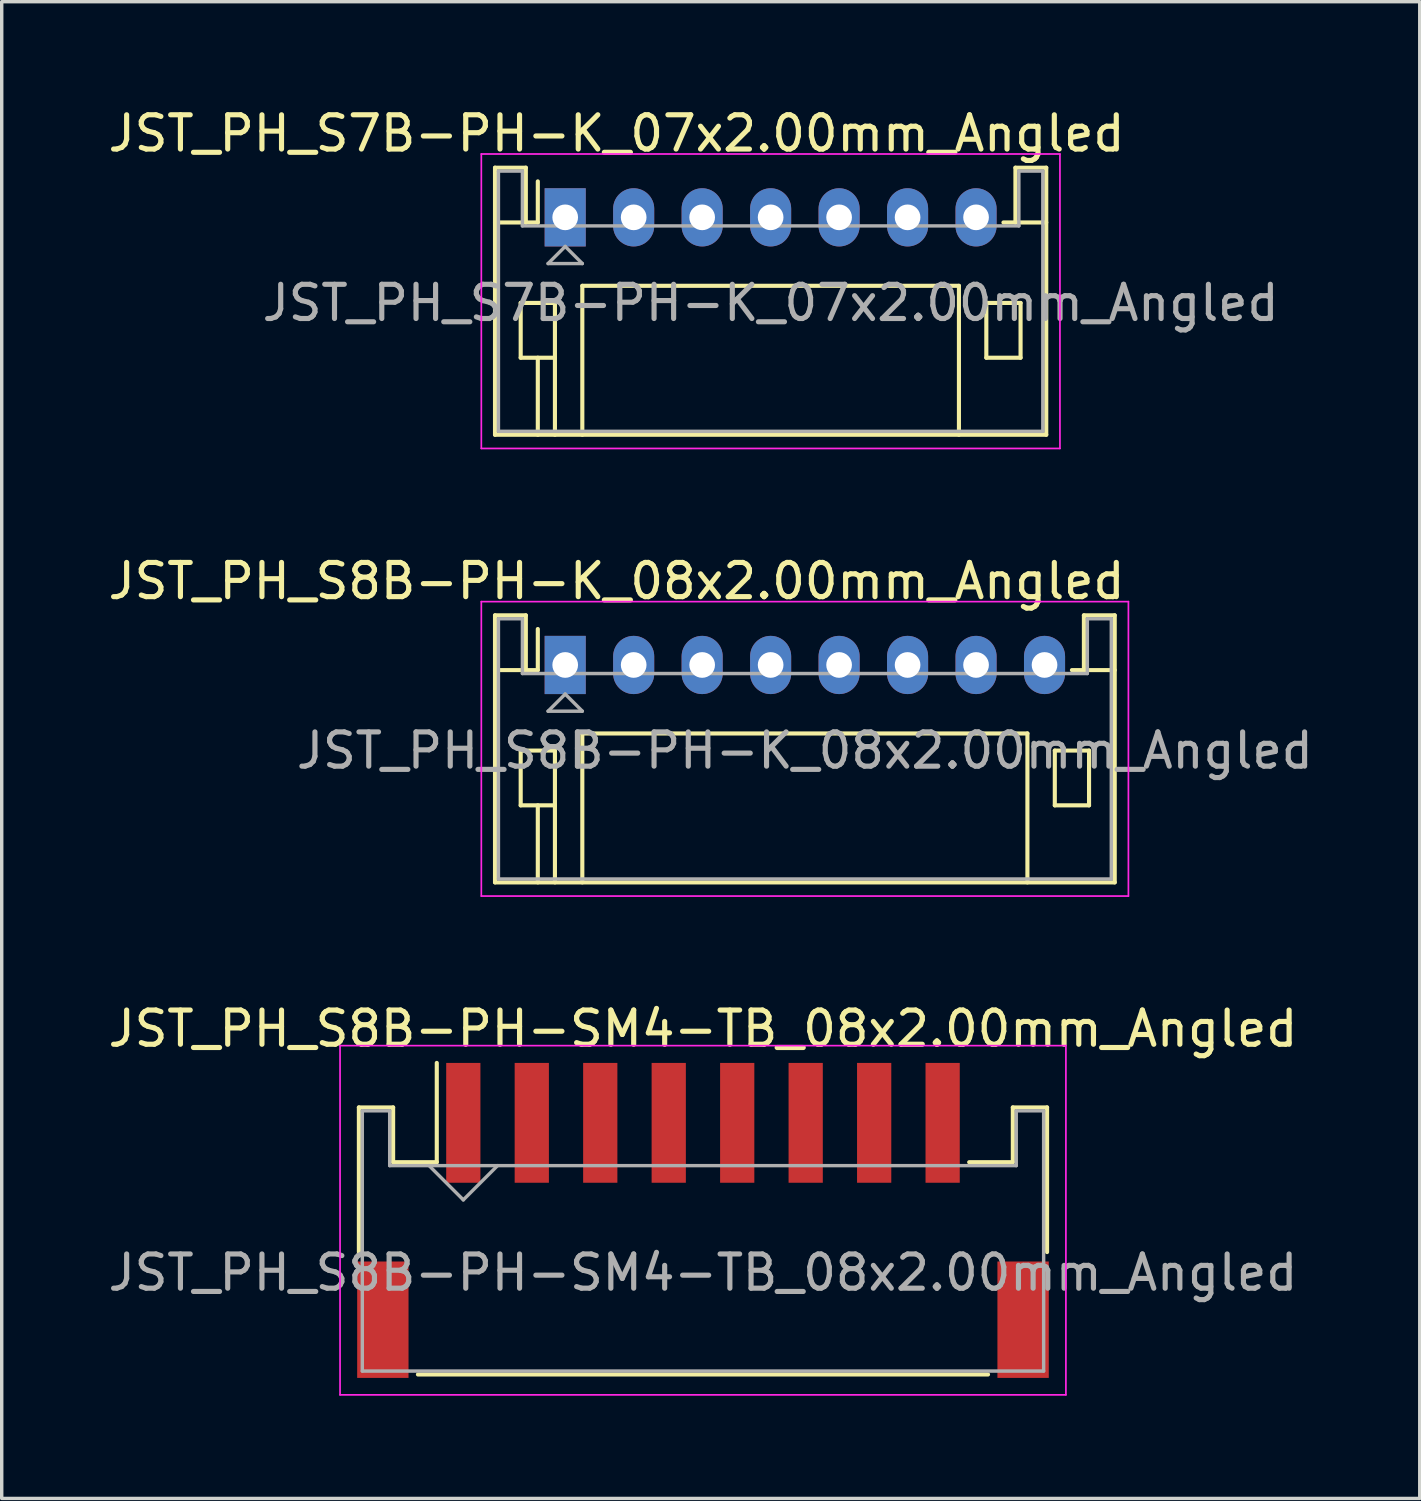
<source format=kicad_pcb>
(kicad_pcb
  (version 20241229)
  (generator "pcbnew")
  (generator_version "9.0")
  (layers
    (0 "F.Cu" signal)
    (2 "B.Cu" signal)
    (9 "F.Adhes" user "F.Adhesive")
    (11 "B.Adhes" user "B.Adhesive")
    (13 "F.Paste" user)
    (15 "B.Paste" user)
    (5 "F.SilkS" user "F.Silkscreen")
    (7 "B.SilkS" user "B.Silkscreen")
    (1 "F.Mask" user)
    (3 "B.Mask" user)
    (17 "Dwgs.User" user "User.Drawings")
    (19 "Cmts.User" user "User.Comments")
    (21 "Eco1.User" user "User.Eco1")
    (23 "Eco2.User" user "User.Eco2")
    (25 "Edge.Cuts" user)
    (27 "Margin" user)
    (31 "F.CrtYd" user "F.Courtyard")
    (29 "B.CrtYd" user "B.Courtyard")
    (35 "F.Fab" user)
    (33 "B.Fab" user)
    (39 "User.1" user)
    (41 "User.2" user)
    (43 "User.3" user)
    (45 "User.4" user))
  (footprint "JST_PH_S8B-PH-SM4-TB_08x2.00mm_Angled"
    (layer "F.Cu")
    (at 17.482 32.62)
    (property "Reference" "JST_PH_S8B-PH-SM4-TB_08x2.00mm_Angled" (at 0 -5.625 0) (layer "F.SilkS") (effects (font (size 1 1) (thickness 0.15))))
    (attr smd)
    (fp_line (start -10.05 -3.325) (end -10.05 0.9) (stroke (width 0.12) (type solid)) (layer "F.SilkS"))
    (fp_line (start -9.05 -3.325) (end -10.05 -3.325) (stroke (width 0.12) (type solid)) (layer "F.SilkS"))
    (fp_line (start -9.05 -1.725) (end -9.05 -3.325) (stroke (width 0.12) (type solid)) (layer "F.SilkS"))
    (fp_line (start -8.325 4.475) (end 8.325 4.475) (stroke (width 0.12) (type solid)) (layer "F.SilkS"))
    (fp_line (start -7.775 -1.725) (end -9.05 -1.725) (stroke (width 0.12) (type solid)) (layer "F.SilkS"))
    (fp_line (start -7.775 -1.725) (end -7.775 -4.625) (stroke (width 0.12) (type solid)) (layer "F.SilkS"))
    (fp_line (start 9.05 -3.325) (end 9.05 -1.725) (stroke (width 0.12) (type solid)) (layer "F.SilkS"))
    (fp_line (start 9.05 -1.725) (end 7.775 -1.725) (stroke (width 0.12) (type solid)) (layer "F.SilkS"))
    (fp_line (start 10.05 -3.325) (end 9.05 -3.325) (stroke (width 0.12) (type solid)) (layer "F.SilkS"))
    (fp_line (start 10.05 0.9) (end 10.05 -3.325) (stroke (width 0.12) (type solid)) (layer "F.SilkS"))
    (fp_line (start -10.6 -5.13) (end -10.6 5.07) (stroke (width 0.05) (type solid)) (layer "F.CrtYd"))
    (fp_line (start -10.6 5.07) (end 10.6 5.07) (stroke (width 0.05) (type solid)) (layer "F.CrtYd"))
    (fp_line (start 10.6 -5.13) (end -10.6 -5.13) (stroke (width 0.05) (type solid)) (layer "F.CrtYd"))
    (fp_line (start 10.6 5.07) (end 10.6 -5.13) (stroke (width 0.05) (type solid)) (layer "F.CrtYd"))
    (fp_line (start -9.95 -3.225) (end -9.95 4.375) (stroke (width 0.1) (type solid)) (layer "F.Fab"))
    (fp_line (start -9.95 4.375) (end 9.95 4.375) (stroke (width 0.1) (type solid)) (layer "F.Fab"))
    (fp_line (start -9.15 -3.225) (end -9.95 -3.225) (stroke (width 0.1) (type solid)) (layer "F.Fab"))
    (fp_line (start -9.15 -1.625) (end -9.15 -3.225) (stroke (width 0.1) (type solid)) (layer "F.Fab"))
    (fp_line (start -8 -1.625) (end -7 -0.625) (stroke (width 0.1) (type solid)) (layer "F.Fab"))
    (fp_line (start -7 -0.625) (end -6 -1.625) (stroke (width 0.1) (type solid)) (layer "F.Fab"))
    (fp_line (start 9.15 -3.225) (end 9.15 -1.625) (stroke (width 0.1) (type solid)) (layer "F.Fab"))
    (fp_line (start 9.15 -1.625) (end -9.15 -1.625) (stroke (width 0.1) (type solid)) (layer "F.Fab"))
    (fp_line (start 9.95 -3.225) (end 9.15 -3.225) (stroke (width 0.1) (type solid)) (layer "F.Fab"))
    (fp_line (start 9.95 4.375) (end 9.95 -3.225) (stroke (width 0.1) (type solid)) (layer "F.Fab"))
    (fp_text user "${REFERENCE}" (at 0 1.5 0) (layer "F.Fab") (effects (font (size 1 1) (thickness 0.15))))
    (pad "" smd rect (at -9.35 2.875) (size 1.5 3.4) (layers "F.Cu" "F.Mask" "F.Paste"))
    (pad "" smd rect (at 9.35 2.875) (size 1.5 3.4) (layers "F.Cu" "F.Mask" "F.Paste"))
    (pad "1" smd rect (at -7 -2.875) (size 1 3.5) (layers "F.Cu" "F.Mask" "F.Paste"))
    (pad "2" smd rect (at -5 -2.875) (size 1 3.5) (layers "F.Cu" "F.Mask" "F.Paste"))
    (pad "3" smd rect (at -3 -2.875) (size 1 3.5) (layers "F.Cu" "F.Mask" "F.Paste"))
    (pad "4" smd rect (at -1 -2.875) (size 1 3.5) (layers "F.Cu" "F.Mask" "F.Paste"))
    (pad "5" smd rect (at 1 -2.875) (size 1 3.5) (layers "F.Cu" "F.Mask" "F.Paste"))
    (pad "6" smd rect (at 3 -2.875) (size 1 3.5) (layers "F.Cu" "F.Mask" "F.Paste"))
    (pad "7" smd rect (at 5 -2.875) (size 1 3.5) (layers "F.Cu" "F.Mask" "F.Paste"))
    (pad "8" smd rect (at 7 -2.875) (size 1 3.5) (layers "F.Cu" "F.Mask" "F.Paste")))
  (footprint "JST_PH_S7B-PH-K_07x2.00mm_Angled"
    (layer "F.Cu")
    (at 13.458 3.298)
    (property "Reference" "JST_PH_S7B-PH-K_07x2.00mm_Angled" (at 1.5 -2.45 0) (layer "F.SilkS") (effects (font (size 1 1) (thickness 0.15))))
    (attr through_hole)
    (fp_line (start -2.05 -1.45) (end -2.05 6.35) (stroke (width 0.12) (type solid)) (layer "F.SilkS"))
    (fp_line (start -2.05 0.15) (end -1.15 0.15) (stroke (width 0.12) (type solid)) (layer "F.SilkS"))
    (fp_line (start -2.05 6.35) (end 14.05 6.35) (stroke (width 0.12) (type solid)) (layer "F.SilkS"))
    (fp_line (start -1.3 2.5) (end -1.3 4.1) (stroke (width 0.12) (type solid)) (layer "F.SilkS"))
    (fp_line (start -1.3 4.1) (end -0.3 4.1) (stroke (width 0.12) (type solid)) (layer "F.SilkS"))
    (fp_line (start -1.15 -1.45) (end -2.05 -1.45) (stroke (width 0.12) (type solid)) (layer "F.SilkS"))
    (fp_line (start -1.15 0.15) (end -1.15 -1.45) (stroke (width 0.12) (type solid)) (layer "F.SilkS"))
    (fp_line (start -0.8 0.15) (end -1.15 0.15) (stroke (width 0.12) (type solid)) (layer "F.SilkS"))
    (fp_line (start -0.8 0.15) (end -0.8 -1.05) (stroke (width 0.12) (type solid)) (layer "F.SilkS"))
    (fp_line (start -0.8 4.1) (end -0.8 6.35) (stroke (width 0.12) (type solid)) (layer "F.SilkS"))
    (fp_line (start -0.3 2.5) (end -1.3 2.5) (stroke (width 0.12) (type solid)) (layer "F.SilkS"))
    (fp_line (start -0.3 4.1) (end -0.3 2.5) (stroke (width 0.12) (type solid)) (layer "F.SilkS"))
    (fp_line (start -0.3 4.1) (end -0.3 6.35) (stroke (width 0.12) (type solid)) (layer "F.SilkS"))
    (fp_line (start 0.5 2) (end 11.5 2) (stroke (width 0.12) (type solid)) (layer "F.SilkS"))
    (fp_line (start 0.5 6.35) (end 0.5 2) (stroke (width 0.12) (type solid)) (layer "F.SilkS"))
    (fp_line (start 11.5 2) (end 11.5 6.35) (stroke (width 0.12) (type solid)) (layer "F.SilkS"))
    (fp_line (start 12.3 2.5) (end 13.3 2.5) (stroke (width 0.12) (type solid)) (layer "F.SilkS"))
    (fp_line (start 12.3 4.1) (end 12.3 2.5) (stroke (width 0.12) (type solid)) (layer "F.SilkS"))
    (fp_line (start 13.15 -1.45) (end 13.15 0.15) (stroke (width 0.12) (type solid)) (layer "F.SilkS"))
    (fp_line (start 13.15 0.15) (end 12.8 0.15) (stroke (width 0.12) (type solid)) (layer "F.SilkS"))
    (fp_line (start 13.3 2.5) (end 13.3 4.1) (stroke (width 0.12) (type solid)) (layer "F.SilkS"))
    (fp_line (start 13.3 4.1) (end 12.3 4.1) (stroke (width 0.12) (type solid)) (layer "F.SilkS"))
    (fp_line (start 14.05 -1.45) (end 13.15 -1.45) (stroke (width 0.12) (type solid)) (layer "F.SilkS"))
    (fp_line (start 14.05 0.15) (end 13.15 0.15) (stroke (width 0.12) (type solid)) (layer "F.SilkS"))
    (fp_line (start 14.05 6.35) (end 14.05 -1.45) (stroke (width 0.12) (type solid)) (layer "F.SilkS"))
    (fp_line (start -2.45 -1.85) (end -2.45 6.75) (stroke (width 0.05) (type solid)) (layer "F.CrtYd"))
    (fp_line (start -2.45 6.75) (end 14.45 6.75) (stroke (width 0.05) (type solid)) (layer "F.CrtYd"))
    (fp_line (start 14.45 -1.85) (end -2.45 -1.85) (stroke (width 0.05) (type solid)) (layer "F.CrtYd"))
    (fp_line (start 14.45 6.75) (end 14.45 -1.85) (stroke (width 0.05) (type solid)) (layer "F.CrtYd"))
    (fp_line (start -1.95 -1.35) (end -1.95 6.25) (stroke (width 0.1) (type solid)) (layer "F.Fab"))
    (fp_line (start -1.95 6.25) (end 13.95 6.25) (stroke (width 0.1) (type solid)) (layer "F.Fab"))
    (fp_line (start -1.25 -1.35) (end -1.95 -1.35) (stroke (width 0.1) (type solid)) (layer "F.Fab"))
    (fp_line (start -1.25 0.25) (end -1.25 -1.35) (stroke (width 0.1) (type solid)) (layer "F.Fab"))
    (fp_line (start -0.5 1.35) (end 0.5 1.35) (stroke (width 0.1) (type solid)) (layer "F.Fab"))
    (fp_line (start 0 0.85) (end -0.5 1.35) (stroke (width 0.1) (type solid)) (layer "F.Fab"))
    (fp_line (start 0.5 1.35) (end 0 0.85) (stroke (width 0.1) (type solid)) (layer "F.Fab"))
    (fp_line (start 13.25 -1.35) (end 13.25 0.25) (stroke (width 0.1) (type solid)) (layer "F.Fab"))
    (fp_line (start 13.25 0.25) (end -1.25 0.25) (stroke (width 0.1) (type solid)) (layer "F.Fab"))
    (fp_line (start 13.95 -1.35) (end 13.25 -1.35) (stroke (width 0.1) (type solid)) (layer "F.Fab"))
    (fp_line (start 13.95 6.25) (end 13.95 -1.35) (stroke (width 0.1) (type solid)) (layer "F.Fab"))
    (fp_text user "${REFERENCE}" (at 6 2.5 0) (layer "F.Fab") (effects (font (size 1 1) (thickness 0.15))))
    (pad "1" thru_hole rect (at 0 0) (size 1.2 1.7) (drill 0.75) (layers "*.Cu" "*.Mask"))
    (pad "2" thru_hole oval (at 2 0) (size 1.2 1.7) (drill 0.75) (layers "*.Cu" "*.Mask"))
    (pad "3" thru_hole oval (at 4 0) (size 1.2 1.7) (drill 0.75) (layers "*.Cu" "*.Mask"))
    (pad "4" thru_hole oval (at 6 0) (size 1.2 1.7) (drill 0.75) (layers "*.Cu" "*.Mask"))
    (pad "5" thru_hole oval (at 8 0) (size 1.2 1.7) (drill 0.75) (layers "*.Cu" "*.Mask"))
    (pad "6" thru_hole oval (at 10 0) (size 1.2 1.7) (drill 0.75) (layers "*.Cu" "*.Mask"))
    (pad "7" thru_hole oval (at 12 0) (size 1.2 1.7) (drill 0.75) (layers "*.Cu" "*.Mask")))
  (footprint "JST_PH_S8B-PH-K_08x2.00mm_Angled"
    (layer "F.Cu")
    (at 13.458 16.372)
    (property "Reference" "JST_PH_S8B-PH-K_08x2.00mm_Angled" (at 1.5 -2.45 0) (layer "F.SilkS") (effects (font (size 1 1) (thickness 0.15))))
    (attr through_hole)
    (fp_line (start -2.05 -1.45) (end -2.05 6.35) (stroke (width 0.12) (type solid)) (layer "F.SilkS"))
    (fp_line (start -2.05 0.15) (end -1.15 0.15) (stroke (width 0.12) (type solid)) (layer "F.SilkS"))
    (fp_line (start -2.05 6.35) (end 16.05 6.35) (stroke (width 0.12) (type solid)) (layer "F.SilkS"))
    (fp_line (start -1.3 2.5) (end -1.3 4.1) (stroke (width 0.12) (type solid)) (layer "F.SilkS"))
    (fp_line (start -1.3 4.1) (end -0.3 4.1) (stroke (width 0.12) (type solid)) (layer "F.SilkS"))
    (fp_line (start -1.15 -1.45) (end -2.05 -1.45) (stroke (width 0.12) (type solid)) (layer "F.SilkS"))
    (fp_line (start -1.15 0.15) (end -1.15 -1.45) (stroke (width 0.12) (type solid)) (layer "F.SilkS"))
    (fp_line (start -0.8 0.15) (end -1.15 0.15) (stroke (width 0.12) (type solid)) (layer "F.SilkS"))
    (fp_line (start -0.8 0.15) (end -0.8 -1.05) (stroke (width 0.12) (type solid)) (layer "F.SilkS"))
    (fp_line (start -0.8 4.1) (end -0.8 6.35) (stroke (width 0.12) (type solid)) (layer "F.SilkS"))
    (fp_line (start -0.3 2.5) (end -1.3 2.5) (stroke (width 0.12) (type solid)) (layer "F.SilkS"))
    (fp_line (start -0.3 4.1) (end -0.3 2.5) (stroke (width 0.12) (type solid)) (layer "F.SilkS"))
    (fp_line (start -0.3 4.1) (end -0.3 6.35) (stroke (width 0.12) (type solid)) (layer "F.SilkS"))
    (fp_line (start 0.5 2) (end 13.5 2) (stroke (width 0.12) (type solid)) (layer "F.SilkS"))
    (fp_line (start 0.5 6.35) (end 0.5 2) (stroke (width 0.12) (type solid)) (layer "F.SilkS"))
    (fp_line (start 13.5 2) (end 13.5 6.35) (stroke (width 0.12) (type solid)) (layer "F.SilkS"))
    (fp_line (start 14.3 2.5) (end 15.3 2.5) (stroke (width 0.12) (type solid)) (layer "F.SilkS"))
    (fp_line (start 14.3 4.1) (end 14.3 2.5) (stroke (width 0.12) (type solid)) (layer "F.SilkS"))
    (fp_line (start 15.15 -1.45) (end 15.15 0.15) (stroke (width 0.12) (type solid)) (layer "F.SilkS"))
    (fp_line (start 15.15 0.15) (end 14.8 0.15) (stroke (width 0.12) (type solid)) (layer "F.SilkS"))
    (fp_line (start 15.3 2.5) (end 15.3 4.1) (stroke (width 0.12) (type solid)) (layer "F.SilkS"))
    (fp_line (start 15.3 4.1) (end 14.3 4.1) (stroke (width 0.12) (type solid)) (layer "F.SilkS"))
    (fp_line (start 16.05 -1.45) (end 15.15 -1.45) (stroke (width 0.12) (type solid)) (layer "F.SilkS"))
    (fp_line (start 16.05 0.15) (end 15.15 0.15) (stroke (width 0.12) (type solid)) (layer "F.SilkS"))
    (fp_line (start 16.05 6.35) (end 16.05 -1.45) (stroke (width 0.12) (type solid)) (layer "F.SilkS"))
    (fp_line (start -2.45 -1.85) (end -2.45 6.75) (stroke (width 0.05) (type solid)) (layer "F.CrtYd"))
    (fp_line (start -2.45 6.75) (end 16.45 6.75) (stroke (width 0.05) (type solid)) (layer "F.CrtYd"))
    (fp_line (start 16.45 -1.85) (end -2.45 -1.85) (stroke (width 0.05) (type solid)) (layer "F.CrtYd"))
    (fp_line (start 16.45 6.75) (end 16.45 -1.85) (stroke (width 0.05) (type solid)) (layer "F.CrtYd"))
    (fp_line (start -1.95 -1.35) (end -1.95 6.25) (stroke (width 0.1) (type solid)) (layer "F.Fab"))
    (fp_line (start -1.95 6.25) (end 15.95 6.25) (stroke (width 0.1) (type solid)) (layer "F.Fab"))
    (fp_line (start -1.25 -1.35) (end -1.95 -1.35) (stroke (width 0.1) (type solid)) (layer "F.Fab"))
    (fp_line (start -1.25 0.25) (end -1.25 -1.35) (stroke (width 0.1) (type solid)) (layer "F.Fab"))
    (fp_line (start -0.5 1.35) (end 0.5 1.35) (stroke (width 0.1) (type solid)) (layer "F.Fab"))
    (fp_line (start 0 0.85) (end -0.5 1.35) (stroke (width 0.1) (type solid)) (layer "F.Fab"))
    (fp_line (start 0.5 1.35) (end 0 0.85) (stroke (width 0.1) (type solid)) (layer "F.Fab"))
    (fp_line (start 15.25 -1.35) (end 15.25 0.25) (stroke (width 0.1) (type solid)) (layer "F.Fab"))
    (fp_line (start 15.25 0.25) (end -1.25 0.25) (stroke (width 0.1) (type solid)) (layer "F.Fab"))
    (fp_line (start 15.95 -1.35) (end 15.25 -1.35) (stroke (width 0.1) (type solid)) (layer "F.Fab"))
    (fp_line (start 15.95 6.25) (end 15.95 -1.35) (stroke (width 0.1) (type solid)) (layer "F.Fab"))
    (fp_text user "${REFERENCE}" (at 7 2.5 0) (layer "F.Fab") (effects (font (size 1 1) (thickness 0.15))))
    (pad "1" thru_hole rect (at 0 0) (size 1.2 1.7) (drill 0.75) (layers "*.Cu" "*.Mask"))
    (pad "2" thru_hole oval (at 2 0) (size 1.2 1.7) (drill 0.75) (layers "*.Cu" "*.Mask"))
    (pad "3" thru_hole oval (at 4 0) (size 1.2 1.7) (drill 0.75) (layers "*.Cu" "*.Mask"))
    (pad "4" thru_hole oval (at 6 0) (size 1.2 1.7) (drill 0.75) (layers "*.Cu" "*.Mask"))
    (pad "5" thru_hole oval (at 8 0) (size 1.2 1.7) (drill 0.75) (layers "*.Cu" "*.Mask"))
    (pad "6" thru_hole oval (at 10 0) (size 1.2 1.7) (drill 0.75) (layers "*.Cu" "*.Mask"))
    (pad "7" thru_hole oval (at 12 0) (size 1.2 1.7) (drill 0.75) (layers "*.Cu" "*.Mask"))
    (pad "8" thru_hole oval (at 14 0) (size 1.2 1.7) (drill 0.75) (layers "*.Cu" "*.Mask")))
  (gr_rect
    (start -3 -3)
    (end 38.417 40.715)
    (stroke (width 0.1) (type default))
    (fill no)
    (layer "Edge.Cuts")))
</source>
